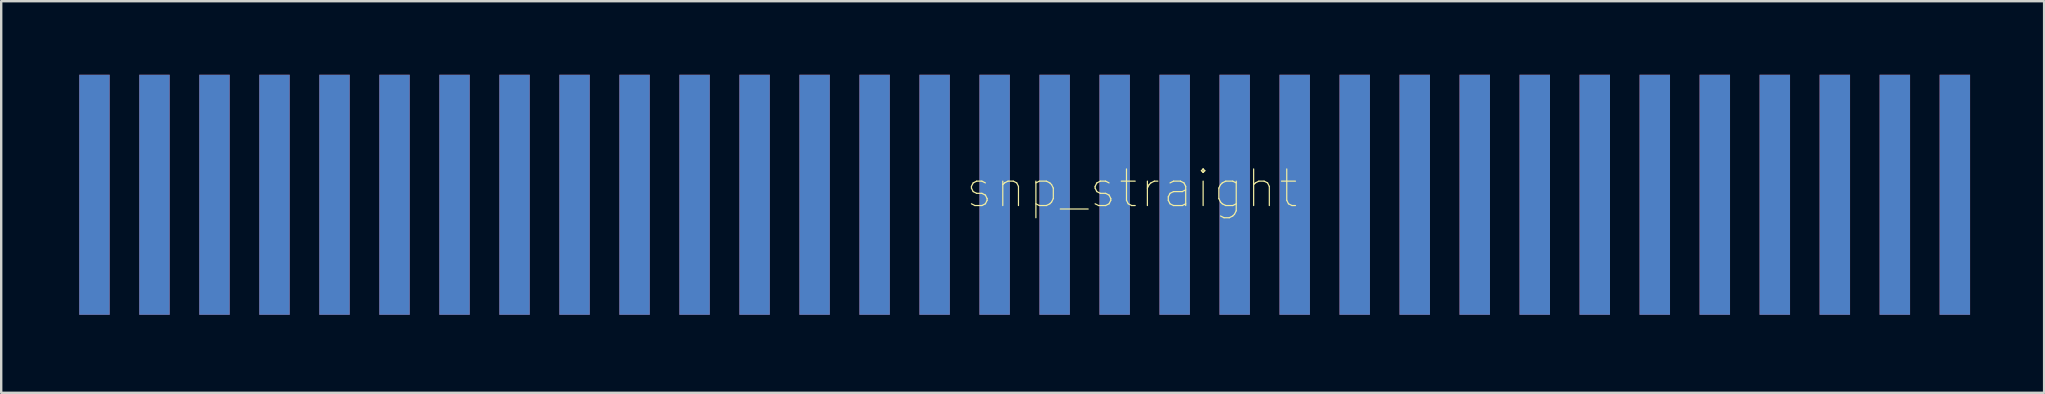
<source format=kicad_pcb>
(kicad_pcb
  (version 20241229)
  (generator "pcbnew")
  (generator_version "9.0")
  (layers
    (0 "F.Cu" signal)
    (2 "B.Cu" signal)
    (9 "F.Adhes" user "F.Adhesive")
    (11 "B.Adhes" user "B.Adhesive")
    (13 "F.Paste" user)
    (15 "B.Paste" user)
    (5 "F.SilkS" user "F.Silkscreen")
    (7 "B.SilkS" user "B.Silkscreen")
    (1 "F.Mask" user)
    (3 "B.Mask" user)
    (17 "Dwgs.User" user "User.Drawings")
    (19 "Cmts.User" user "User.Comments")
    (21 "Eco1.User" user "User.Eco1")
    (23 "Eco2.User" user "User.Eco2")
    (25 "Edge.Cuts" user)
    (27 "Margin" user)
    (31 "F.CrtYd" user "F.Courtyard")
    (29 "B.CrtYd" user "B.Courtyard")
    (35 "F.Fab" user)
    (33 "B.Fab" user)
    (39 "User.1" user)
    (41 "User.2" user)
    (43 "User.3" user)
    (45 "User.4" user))
  (footprint "snp_straight"
    (layer "F.Cu")
    (at 0.25 10.064)
    (property "Reference" "snp_straight" (at 43.845 -5.254 0) (layer "F.SilkS") (effects (font (size 1.524 1.524) (thickness 0.05))))
    (attr smd)
    (fp_rect (start -0.005 -10.004) (end 1.295 -0.004) (stroke (width 0.12) (type solid)) (fill yes) (layer "F.Mask"))
    (fp_rect (start 2.495 -10.004) (end 3.795 -0.004) (stroke (width 0.12) (type solid)) (fill yes) (layer "F.Mask"))
    (fp_rect (start 4.995 -10.004) (end 6.295 -0.004) (stroke (width 0.12) (type solid)) (fill yes) (layer "F.Mask"))
    (fp_rect (start 7.495 -10.004) (end 8.795 -0.004) (stroke (width 0.12) (type solid)) (fill yes) (layer "F.Mask"))
    (fp_rect (start 9.995 -10.004) (end 11.295 -0.004) (stroke (width 0.12) (type solid)) (fill yes) (layer "F.Mask"))
    (fp_rect (start 12.495 -10.004) (end 13.795 -0.004) (stroke (width 0.12) (type solid)) (fill yes) (layer "F.Mask"))
    (fp_rect (start 14.995 -10.004) (end 16.295 -0.004) (stroke (width 0.12) (type solid)) (fill yes) (layer "F.Mask"))
    (fp_rect (start 17.495 -10.004) (end 18.795 -0.004) (stroke (width 0.12) (type solid)) (fill yes) (layer "F.Mask"))
    (fp_rect (start 19.995 -10.004) (end 21.295 -0.004) (stroke (width 0.12) (type solid)) (fill yes) (layer "F.Mask"))
    (fp_rect (start 22.495 -10.004) (end 23.795 -0.004) (stroke (width 0.12) (type solid)) (fill yes) (layer "F.Mask"))
    (fp_rect (start 24.995 -10.004) (end 26.295 -0.004) (stroke (width 0.12) (type solid)) (fill yes) (layer "F.Mask"))
    (fp_rect (start 27.495 -10.004) (end 28.795 -0.004) (stroke (width 0.12) (type solid)) (fill yes) (layer "F.Mask"))
    (fp_rect (start 29.995 -10.004) (end 31.295 -0.004) (stroke (width 0.12) (type solid)) (fill yes) (layer "F.Mask"))
    (fp_rect (start 32.495 -10.004) (end 33.795 -0.004) (stroke (width 0.12) (type solid)) (fill yes) (layer "F.Mask"))
    (fp_rect (start 34.995 -10.004) (end 36.295 -0.004) (stroke (width 0.12) (type solid)) (fill yes) (layer "F.Mask"))
    (fp_rect (start 37.495 -10.004) (end 38.795 -0.004) (stroke (width 0.12) (type solid)) (fill yes) (layer "F.Mask"))
    (fp_rect (start 39.995 -10.004) (end 41.295 -0.004) (stroke (width 0.12) (type solid)) (fill yes) (layer "F.Mask"))
    (fp_rect (start 42.495 -10.004) (end 43.795 -0.004) (stroke (width 0.12) (type solid)) (fill yes) (layer "F.Mask"))
    (fp_rect (start 44.995 -10.004) (end 46.295 -0.004) (stroke (width 0.12) (type solid)) (fill yes) (layer "F.Mask"))
    (fp_rect (start 47.495 -10.004) (end 48.795 -0.004) (stroke (width 0.12) (type solid)) (fill yes) (layer "F.Mask"))
    (fp_rect (start 49.995 -10.004) (end 51.295 -0.004) (stroke (width 0.12) (type solid)) (fill yes) (layer "F.Mask"))
    (fp_rect (start 52.495 -10.004) (end 53.795 -0.004) (stroke (width 0.12) (type solid)) (fill yes) (layer "F.Mask"))
    (fp_rect (start 54.995 -10.004) (end 56.295 -0.004) (stroke (width 0.12) (type solid)) (fill yes) (layer "F.Mask"))
    (fp_rect (start 57.495 -10.004) (end 58.795 -0.004) (stroke (width 0.12) (type solid)) (fill yes) (layer "F.Mask"))
    (fp_rect (start 59.995 -10.004) (end 61.295 -0.004) (stroke (width 0.12) (type solid)) (fill yes) (layer "F.Mask"))
    (fp_rect (start 62.495 -10.004) (end 63.795 -0.004) (stroke (width 0.12) (type solid)) (fill yes) (layer "F.Mask"))
    (fp_rect (start 64.995 -10.004) (end 66.295 -0.004) (stroke (width 0.12) (type solid)) (fill yes) (layer "F.Mask"))
    (fp_rect (start 67.495 -10.004) (end 68.795 -0.004) (stroke (width 0.12) (type solid)) (fill yes) (layer "F.Mask"))
    (fp_rect (start 69.995 -10.004) (end 71.295 -0.004) (stroke (width 0.12) (type solid)) (fill yes) (layer "F.Mask"))
    (fp_rect (start 72.495 -10.004) (end 73.795 -0.004) (stroke (width 0.12) (type solid)) (fill yes) (layer "F.Mask"))
    (fp_rect (start 74.995 -10.004) (end 76.295 -0.004) (stroke (width 0.12) (type solid)) (fill yes) (layer "F.Mask"))
    (fp_rect (start 77.495 -10.004) (end 78.795 -0.004) (stroke (width 0.12) (type solid)) (fill yes) (layer "F.Mask"))
    (fp_rect (start -0.005 -10.004) (end 1.295 -0.004) (stroke (width 0.12) (type solid)) (fill yes) (layer "B.Mask"))
    (fp_rect (start 2.495 -10.004) (end 3.795 -0.004) (stroke (width 0.12) (type solid)) (fill yes) (layer "B.Mask"))
    (fp_rect (start 4.995 -10.004) (end 6.295 -0.004) (stroke (width 0.12) (type solid)) (fill yes) (layer "B.Mask"))
    (fp_rect (start 7.495 -10.004) (end 8.795 -0.004) (stroke (width 0.12) (type solid)) (fill yes) (layer "B.Mask"))
    (fp_rect (start 9.995 -10.004) (end 11.295 -0.004) (stroke (width 0.12) (type solid)) (fill yes) (layer "B.Mask"))
    (fp_rect (start 12.495 -10.004) (end 13.795 -0.004) (stroke (width 0.12) (type solid)) (fill yes) (layer "B.Mask"))
    (fp_rect (start 14.995 -10.004) (end 16.295 -0.004) (stroke (width 0.12) (type solid)) (fill yes) (layer "B.Mask"))
    (fp_rect (start 17.495 -10.004) (end 18.795 -0.004) (stroke (width 0.12) (type solid)) (fill yes) (layer "B.Mask"))
    (fp_rect (start 19.995 -10.004) (end 21.295 -0.004) (stroke (width 0.12) (type solid)) (fill yes) (layer "B.Mask"))
    (fp_rect (start 22.495 -10.004) (end 23.795 -0.004) (stroke (width 0.12) (type solid)) (fill yes) (layer "B.Mask"))
    (fp_rect (start 24.995 -10.004) (end 26.295 -0.004) (stroke (width 0.12) (type solid)) (fill yes) (layer "B.Mask"))
    (fp_rect (start 27.495 -10.004) (end 28.795 -0.004) (stroke (width 0.12) (type solid)) (fill yes) (layer "B.Mask"))
    (fp_rect (start 29.995 -10.004) (end 31.295 -0.004) (stroke (width 0.12) (type solid)) (fill yes) (layer "B.Mask"))
    (fp_rect (start 32.495 -10.004) (end 33.795 -0.004) (stroke (width 0.12) (type solid)) (fill yes) (layer "B.Mask"))
    (fp_rect (start 34.995 -10.004) (end 36.295 -0.004) (stroke (width 0.12) (type solid)) (fill yes) (layer "B.Mask"))
    (fp_rect (start 37.495 -10.004) (end 38.795 -0.004) (stroke (width 0.12) (type solid)) (fill yes) (layer "B.Mask"))
    (fp_rect (start 39.995 -10.004) (end 41.295 -0.004) (stroke (width 0.12) (type solid)) (fill yes) (layer "B.Mask"))
    (fp_rect (start 42.495 -10.004) (end 43.795 -0.004) (stroke (width 0.12) (type solid)) (fill yes) (layer "B.Mask"))
    (fp_rect (start 44.995 -10.004) (end 46.295 -0.004) (stroke (width 0.12) (type solid)) (fill yes) (layer "B.Mask"))
    (fp_rect (start 47.495 -10.004) (end 48.795 -0.004) (stroke (width 0.12) (type solid)) (fill yes) (layer "B.Mask"))
    (fp_rect (start 49.995 -10.004) (end 51.295 -0.004) (stroke (width 0.12) (type solid)) (fill yes) (layer "B.Mask"))
    (fp_rect (start 52.495 -10.004) (end 53.795 -0.004) (stroke (width 0.12) (type solid)) (fill yes) (layer "B.Mask"))
    (fp_rect (start 54.995 -10.004) (end 56.295 -0.004) (stroke (width 0.12) (type solid)) (fill yes) (layer "B.Mask"))
    (fp_rect (start 57.495 -10.004) (end 58.795 -0.004) (stroke (width 0.12) (type solid)) (fill yes) (layer "B.Mask"))
    (fp_rect (start 59.995 -10.004) (end 61.295 -0.004) (stroke (width 0.12) (type solid)) (fill yes) (layer "B.Mask"))
    (fp_rect (start 62.495 -10.004) (end 63.795 -0.004) (stroke (width 0.12) (type solid)) (fill yes) (layer "B.Mask"))
    (fp_rect (start 64.995 -10.004) (end 66.295 -0.004) (stroke (width 0.12) (type solid)) (fill yes) (layer "B.Mask"))
    (fp_rect (start 67.495 -10.004) (end 68.795 -0.004) (stroke (width 0.12) (type solid)) (fill yes) (layer "B.Mask"))
    (fp_rect (start 69.995 -10.004) (end 71.295 -0.004) (stroke (width 0.12) (type solid)) (fill yes) (layer "B.Mask"))
    (fp_rect (start 72.495 -10.004) (end 73.795 -0.004) (stroke (width 0.12) (type solid)) (fill yes) (layer "B.Mask"))
    (fp_rect (start 74.995 -10.004) (end 76.295 -0.004) (stroke (width 0.12) (type solid)) (fill yes) (layer "B.Mask"))
    (fp_rect (start 77.495 -10.004) (end 78.795 -0.004) (stroke (width 0.12) (type solid)) (fill yes) (layer "B.Mask"))
    (pad "1" smd rect (at 78.135 -5 180) (size 1.27 10) (layers "F.Cu"))
    (pad "2" smd rect (at 75.635 -5 180) (size 1.27 10) (layers "F.Cu"))
    (pad "3" smd rect (at 73.135 -5 180) (size 1.27 10) (layers "F.Cu"))
    (pad "4" smd rect (at 70.635 -5 180) (size 1.27 10) (layers "F.Cu"))
    (pad "5" smd rect (at 68.135 -5 180) (size 1.27 10) (layers "F.Cu"))
    (pad "6" smd rect (at 65.635 -5 180) (size 1.27 10) (layers "F.Cu"))
    (pad "7" smd rect (at 63.135 -5 180) (size 1.27 10) (layers "F.Cu"))
    (pad "8" smd rect (at 60.635 -5 180) (size 1.27 10) (layers "F.Cu"))
    (pad "9" smd rect (at 58.135 -5 180) (size 1.27 10) (layers "F.Cu"))
    (pad "10" smd rect (at 55.635 -5 180) (size 1.27 10) (layers "F.Cu"))
    (pad "11" smd rect (at 53.135 -5 180) (size 1.27 10) (layers "F.Cu"))
    (pad "12" smd rect (at 50.635 -5 180) (size 1.27 10) (layers "F.Cu"))
    (pad "13" smd rect (at 48.135 -5 180) (size 1.27 10) (layers "F.Cu"))
    (pad "14" smd rect (at 45.635 -5 180) (size 1.27 10) (layers "F.Cu"))
    (pad "15" smd rect (at 43.135 -5 180) (size 1.27 10) (layers "F.Cu"))
    (pad "16" smd rect (at 40.635 -5 180) (size 1.27 10) (layers "F.Cu"))
    (pad "17" smd rect (at 38.135 -5 180) (size 1.27 10) (layers "F.Cu"))
    (pad "18" smd rect (at 35.635 -5 180) (size 1.27 10) (layers "F.Cu"))
    (pad "19" smd rect (at 33.135 -5 180) (size 1.27 10) (layers "F.Cu"))
    (pad "20" smd rect (at 30.635 -5 180) (size 1.27 10) (layers "F.Cu"))
    (pad "21" smd rect (at 28.135 -5 180) (size 1.27 10) (layers "F.Cu"))
    (pad "22" smd rect (at 25.635 -5 180) (size 1.27 10) (layers "F.Cu"))
    (pad "23" smd rect (at 23.135 -5 180) (size 1.27 10) (layers "F.Cu"))
    (pad "24" smd rect (at 20.635 -5 180) (size 1.27 10) (layers "F.Cu"))
    (pad "25" smd rect (at 18.135 -5 180) (size 1.27 10) (layers "F.Cu"))
    (pad "26" smd rect (at 15.635 -5 180) (size 1.27 10) (layers "F.Cu"))
    (pad "27" smd rect (at 13.135 -5 180) (size 1.27 10) (layers "F.Cu"))
    (pad "28" smd rect (at 10.635 -5 180) (size 1.27 10) (layers "F.Cu"))
    (pad "29" smd rect (at 8.135 -5 180) (size 1.27 10) (layers "F.Cu"))
    (pad "30" smd rect (at 5.635 -5 180) (size 1.27 10) (layers "F.Cu"))
    (pad "31" smd rect (at 3.135 -5 180) (size 1.27 10) (layers "F.Cu"))
    (pad "32" smd rect (at 0.635 -5 180) (size 1.27 10) (layers "F.Cu"))
    (pad "33" smd rect (at 78.135 -5 180) (size 1.27 10) (layers "B.Cu"))
    (pad "34" smd rect (at 75.635 -5 180) (size 1.27 10) (layers "B.Cu"))
    (pad "35" smd rect (at 73.135 -5 180) (size 1.27 10) (layers "B.Cu"))
    (pad "36" smd rect (at 70.635 -5 180) (size 1.27 10) (layers "B.Cu"))
    (pad "37" smd rect (at 68.135 -5 180) (size 1.27 10) (layers "B.Cu"))
    (pad "38" smd rect (at 65.635 -5 180) (size 1.27 10) (layers "B.Cu"))
    (pad "39" smd rect (at 63.135 -5 180) (size 1.27 10) (layers "B.Cu"))
    (pad "40" smd rect (at 60.635 -5 180) (size 1.27 10) (layers "B.Cu"))
    (pad "41" smd rect (at 58.135 -5 180) (size 1.27 10) (layers "B.Cu"))
    (pad "42" smd rect (at 55.635 -5 180) (size 1.27 10) (layers "B.Cu"))
    (pad "43" smd rect (at 53.135 -5 180) (size 1.27 10) (layers "B.Cu"))
    (pad "44" smd rect (at 50.635 -5 180) (size 1.27 10) (layers "B.Cu"))
    (pad "45" smd rect (at 48.135 -5 180) (size 1.27 10) (layers "B.Cu"))
    (pad "46" smd rect (at 45.635 -5 180) (size 1.27 10) (layers "B.Cu"))
    (pad "47" smd rect (at 43.135 -5 180) (size 1.27 10) (layers "B.Cu"))
    (pad "48" smd rect (at 40.635 -5 180) (size 1.27 10) (layers "B.Cu"))
    (pad "49" smd rect (at 38.135 -5 180) (size 1.27 10) (layers "B.Cu"))
    (pad "50" smd rect (at 35.635 -5 180) (size 1.27 10) (layers "B.Cu"))
    (pad "51" smd rect (at 33.135 -5 180) (size 1.27 10) (layers "B.Cu"))
    (pad "52" smd rect (at 30.635 -5 180) (size 1.27 10) (layers "B.Cu"))
    (pad "53" smd rect (at 28.135 -5 180) (size 1.27 10) (layers "B.Cu"))
    (pad "54" smd rect (at 25.635 -5 180) (size 1.27 10) (layers "B.Cu"))
    (pad "55" smd rect (at 23.135 -5 180) (size 1.27 10) (layers "B.Cu"))
    (pad "56" smd rect (at 20.635 -5 180) (size 1.27 10) (layers "B.Cu"))
    (pad "57" smd rect (at 18.135 -5 180) (size 1.27 10) (layers "B.Cu"))
    (pad "58" smd rect (at 15.635 -5 180) (size 1.27 10) (layers "B.Cu"))
    (pad "59" smd rect (at 13.135 -5 180) (size 1.27 10) (layers "B.Cu"))
    (pad "60" smd rect (at 10.635 -5 180) (size 1.27 10) (layers "B.Cu"))
    (pad "61" smd rect (at 8.135 -5 180) (size 1.27 10) (layers "B.Cu"))
    (pad "62" smd rect (at 5.635 -5 180) (size 1.27 10) (layers "B.Cu"))
    (pad "63" smd rect (at 3.135 -5 180) (size 1.27 10) (layers "B.Cu"))
    (pad "64" smd rect (at 0.635 -5 180) (size 1.27 10) (layers "B.Cu")))
  (gr_rect
    (start -3 -3)
    (end 82.105 13.314)
    (stroke (width 0.1) (type default))
    (fill no)
    (layer "Edge.Cuts")))
</source>
